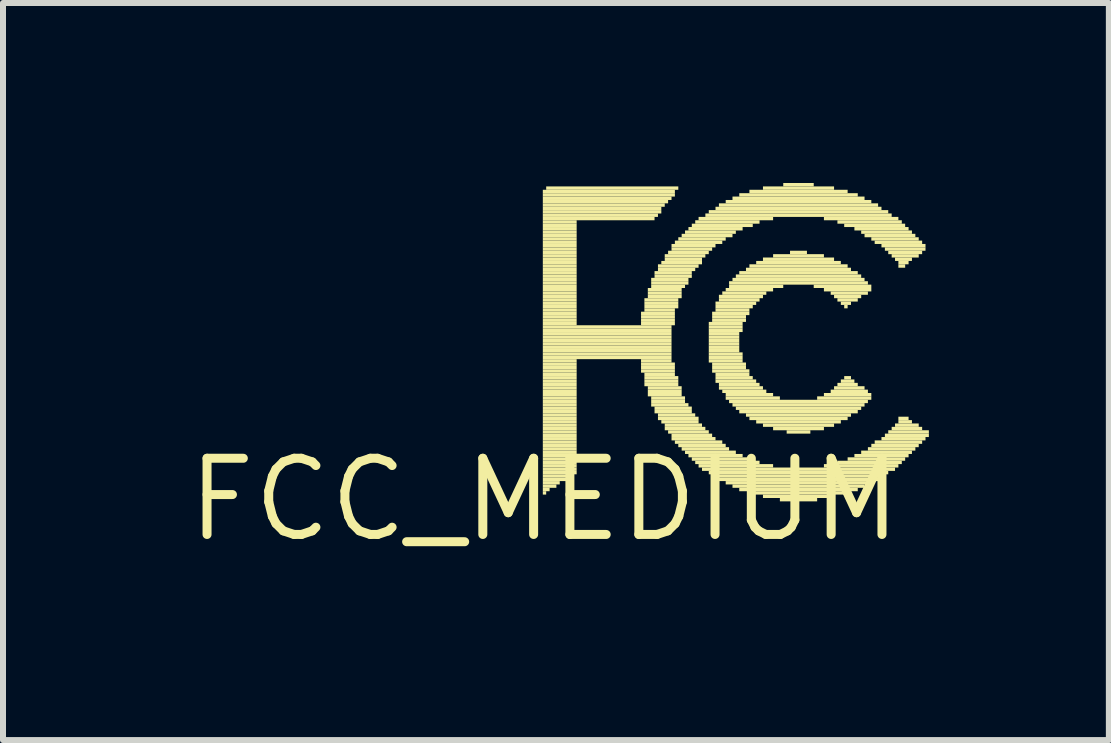
<source format=kicad_pcb>
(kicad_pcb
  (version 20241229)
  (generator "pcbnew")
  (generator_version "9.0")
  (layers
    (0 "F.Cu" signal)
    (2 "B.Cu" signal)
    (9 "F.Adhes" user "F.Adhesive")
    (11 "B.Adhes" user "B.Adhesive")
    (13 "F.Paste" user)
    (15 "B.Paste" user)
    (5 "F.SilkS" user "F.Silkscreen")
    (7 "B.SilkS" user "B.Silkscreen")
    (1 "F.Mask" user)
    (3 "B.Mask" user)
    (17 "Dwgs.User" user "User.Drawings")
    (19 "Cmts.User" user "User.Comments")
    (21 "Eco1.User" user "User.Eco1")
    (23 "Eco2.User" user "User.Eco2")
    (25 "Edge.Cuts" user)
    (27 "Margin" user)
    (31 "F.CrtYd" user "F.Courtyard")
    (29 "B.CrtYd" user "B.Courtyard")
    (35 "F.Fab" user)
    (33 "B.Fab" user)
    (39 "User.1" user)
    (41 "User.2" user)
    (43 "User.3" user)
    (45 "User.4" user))
  (footprint "FCC_MEDIUM"
    (layer "F.Cu")
    (at 6.025 5.278)
    (property "Reference" "FCC_MEDIUM" (at 0 0 0) (layer "F.SilkS") (effects (font (size 1.27 1.27) (thickness 0.15))))
    (fp_poly (pts (xy -0.028 -5.108) (xy 2.173 -5.108) (xy 2.173 -5.165) (xy -0.028 -5.165)) (stroke (width 0) (type default)) (fill yes) (layer "F.SilkS"))
    (fp_poly (pts (xy -0.028 -5.052) (xy 2.173 -5.052) (xy 2.173 -5.108) (xy -0.028 -5.108)) (stroke (width 0) (type default)) (fill yes) (layer "F.SilkS"))
    (fp_poly (pts (xy -0.028 -4.995) (xy 2.117 -4.995) (xy 2.117 -5.052) (xy -0.028 -5.052)) (stroke (width 0) (type default)) (fill yes) (layer "F.SilkS"))
    (fp_poly (pts (xy -0.028 -4.939) (xy 2.06 -4.939) (xy 2.06 -4.995) (xy -0.028 -4.995)) (stroke (width 0) (type default)) (fill yes) (layer "F.SilkS"))
    (fp_poly (pts (xy -0.028 -4.882) (xy 2.004 -4.882) (xy 2.004 -4.939) (xy -0.028 -4.939)) (stroke (width 0) (type default)) (fill yes) (layer "F.SilkS"))
    (fp_poly (pts (xy -0.028 -4.826) (xy 1.947 -4.826) (xy 1.947 -4.882) (xy -0.028 -4.882)) (stroke (width 0) (type default)) (fill yes) (layer "F.SilkS"))
    (fp_poly (pts (xy -0.028 -4.77) (xy 1.947 -4.77) (xy 1.947 -4.826) (xy -0.028 -4.826)) (stroke (width 0) (type default)) (fill yes) (layer "F.SilkS"))
    (fp_poly (pts (xy -0.028 -4.713) (xy 1.891 -4.713) (xy 1.891 -4.77) (xy -0.028 -4.77)) (stroke (width 0) (type default)) (fill yes) (layer "F.SilkS"))
    (fp_poly (pts (xy -0.028 -4.657) (xy 1.834 -4.657) (xy 1.834 -4.713) (xy -0.028 -4.713)) (stroke (width 0) (type default)) (fill yes) (layer "F.SilkS"))
    (fp_poly (pts (xy -0.028 -4.6) (xy 0.536 -4.6) (xy 0.536 -4.657) (xy -0.028 -4.657)) (stroke (width 0) (type default)) (fill yes) (layer "F.SilkS"))
    (fp_poly (pts (xy -0.028 -4.544) (xy 0.536 -4.544) (xy 0.536 -4.6) (xy -0.028 -4.6)) (stroke (width 0) (type default)) (fill yes) (layer "F.SilkS"))
    (fp_poly (pts (xy -0.028 -4.487) (xy 0.536 -4.487) (xy 0.536 -4.544) (xy -0.028 -4.544)) (stroke (width 0) (type default)) (fill yes) (layer "F.SilkS"))
    (fp_poly (pts (xy -0.028 -4.431) (xy 0.536 -4.431) (xy 0.536 -4.487) (xy -0.028 -4.487)) (stroke (width 0) (type default)) (fill yes) (layer "F.SilkS"))
    (fp_poly (pts (xy -0.028 -4.374) (xy 0.536 -4.374) (xy 0.536 -4.431) (xy -0.028 -4.431)) (stroke (width 0) (type default)) (fill yes) (layer "F.SilkS"))
    (fp_poly (pts (xy -0.028 -4.318) (xy 0.536 -4.318) (xy 0.536 -4.374) (xy -0.028 -4.374)) (stroke (width 0) (type default)) (fill yes) (layer "F.SilkS"))
    (fp_poly (pts (xy -0.028 -4.262) (xy 0.536 -4.262) (xy 0.536 -4.318) (xy -0.028 -4.318)) (stroke (width 0) (type default)) (fill yes) (layer "F.SilkS"))
    (fp_poly (pts (xy -0.028 -4.205) (xy 0.536 -4.205) (xy 0.536 -4.262) (xy -0.028 -4.262)) (stroke (width 0) (type default)) (fill yes) (layer "F.SilkS"))
    (fp_poly (pts (xy -0.028 -4.149) (xy 0.536 -4.149) (xy 0.536 -4.205) (xy -0.028 -4.205)) (stroke (width 0) (type default)) (fill yes) (layer "F.SilkS"))
    (fp_poly (pts (xy -0.028 -4.092) (xy 0.536 -4.092) (xy 0.536 -4.149) (xy -0.028 -4.149)) (stroke (width 0) (type default)) (fill yes) (layer "F.SilkS"))
    (fp_poly (pts (xy -0.028 -4.036) (xy 0.536 -4.036) (xy 0.536 -4.092) (xy -0.028 -4.092)) (stroke (width 0) (type default)) (fill yes) (layer "F.SilkS"))
    (fp_poly (pts (xy -0.028 -3.979) (xy 0.536 -3.979) (xy 0.536 -4.036) (xy -0.028 -4.036)) (stroke (width 0) (type default)) (fill yes) (layer "F.SilkS"))
    (fp_poly (pts (xy -0.028 -3.923) (xy 0.536 -3.923) (xy 0.536 -3.979) (xy -0.028 -3.979)) (stroke (width 0) (type default)) (fill yes) (layer "F.SilkS"))
    (fp_poly (pts (xy -0.028 -3.866) (xy 0.536 -3.866) (xy 0.536 -3.923) (xy -0.028 -3.923)) (stroke (width 0) (type default)) (fill yes) (layer "F.SilkS"))
    (fp_poly (pts (xy -0.028 -3.81) (xy 0.536 -3.81) (xy 0.536 -3.866) (xy -0.028 -3.866)) (stroke (width 0) (type default)) (fill yes) (layer "F.SilkS"))
    (fp_poly (pts (xy -0.028 -3.754) (xy 0.536 -3.754) (xy 0.536 -3.81) (xy -0.028 -3.81)) (stroke (width 0) (type default)) (fill yes) (layer "F.SilkS"))
    (fp_poly (pts (xy -0.028 -3.697) (xy 0.536 -3.697) (xy 0.536 -3.754) (xy -0.028 -3.754)) (stroke (width 0) (type default)) (fill yes) (layer "F.SilkS"))
    (fp_poly (pts (xy -0.028 -3.641) (xy 0.536 -3.641) (xy 0.536 -3.697) (xy -0.028 -3.697)) (stroke (width 0) (type default)) (fill yes) (layer "F.SilkS"))
    (fp_poly (pts (xy -0.028 -3.584) (xy 0.536 -3.584) (xy 0.536 -3.641) (xy -0.028 -3.641)) (stroke (width 0) (type default)) (fill yes) (layer "F.SilkS"))
    (fp_poly (pts (xy -0.028 -3.528) (xy 0.536 -3.528) (xy 0.536 -3.584) (xy -0.028 -3.584)) (stroke (width 0) (type default)) (fill yes) (layer "F.SilkS"))
    (fp_poly (pts (xy -0.028 -3.471) (xy 0.536 -3.471) (xy 0.536 -3.528) (xy -0.028 -3.528)) (stroke (width 0) (type default)) (fill yes) (layer "F.SilkS"))
    (fp_poly (pts (xy -0.028 -3.415) (xy 0.536 -3.415) (xy 0.536 -3.471) (xy -0.028 -3.471)) (stroke (width 0) (type default)) (fill yes) (layer "F.SilkS"))
    (fp_poly (pts (xy -0.028 -3.358) (xy 0.536 -3.358) (xy 0.536 -3.415) (xy -0.028 -3.415)) (stroke (width 0) (type default)) (fill yes) (layer "F.SilkS"))
    (fp_poly (pts (xy -0.028 -3.302) (xy 0.536 -3.302) (xy 0.536 -3.358) (xy -0.028 -3.358)) (stroke (width 0) (type default)) (fill yes) (layer "F.SilkS"))
    (fp_poly (pts (xy -0.028 -3.246) (xy 0.536 -3.246) (xy 0.536 -3.302) (xy -0.028 -3.302)) (stroke (width 0) (type default)) (fill yes) (layer "F.SilkS"))
    (fp_poly (pts (xy -0.028 -3.189) (xy 0.536 -3.189) (xy 0.536 -3.246) (xy -0.028 -3.246)) (stroke (width 0) (type default)) (fill yes) (layer "F.SilkS"))
    (fp_poly (pts (xy -0.028 -3.133) (xy 0.536 -3.133) (xy 0.536 -3.189) (xy -0.028 -3.189)) (stroke (width 0) (type default)) (fill yes) (layer "F.SilkS"))
    (fp_poly (pts (xy -0.028 -3.076) (xy 0.536 -3.076) (xy 0.536 -3.133) (xy -0.028 -3.133)) (stroke (width 0) (type default)) (fill yes) (layer "F.SilkS"))
    (fp_poly (pts (xy -0.028 -3.02) (xy 0.536 -3.02) (xy 0.536 -3.076) (xy -0.028 -3.076)) (stroke (width 0) (type default)) (fill yes) (layer "F.SilkS"))
    (fp_poly (pts (xy -0.028 -2.963) (xy 0.536 -2.963) (xy 0.536 -3.02) (xy -0.028 -3.02)) (stroke (width 0) (type default)) (fill yes) (layer "F.SilkS"))
    (fp_poly (pts (xy -0.028 -2.907) (xy 0.536 -2.907) (xy 0.536 -2.963) (xy -0.028 -2.963)) (stroke (width 0) (type default)) (fill yes) (layer "F.SilkS"))
    (fp_poly (pts (xy -0.028 -2.85) (xy 2.117 -2.85) (xy 2.117 -2.907) (xy -0.028 -2.907)) (stroke (width 0) (type default)) (fill yes) (layer "F.SilkS"))
    (fp_poly (pts (xy -0.028 -2.794) (xy 2.117 -2.794) (xy 2.117 -2.85) (xy -0.028 -2.85)) (stroke (width 0) (type default)) (fill yes) (layer "F.SilkS"))
    (fp_poly (pts (xy -0.028 -2.738) (xy 2.117 -2.738) (xy 2.117 -2.794) (xy -0.028 -2.794)) (stroke (width 0) (type default)) (fill yes) (layer "F.SilkS"))
    (fp_poly (pts (xy -0.028 -2.681) (xy 2.117 -2.681) (xy 2.117 -2.738) (xy -0.028 -2.738)) (stroke (width 0) (type default)) (fill yes) (layer "F.SilkS"))
    (fp_poly (pts (xy -0.028 -2.625) (xy 2.117 -2.625) (xy 2.117 -2.681) (xy -0.028 -2.681)) (stroke (width 0) (type default)) (fill yes) (layer "F.SilkS"))
    (fp_poly (pts (xy -0.028 -2.568) (xy 2.117 -2.568) (xy 2.117 -2.625) (xy -0.028 -2.625)) (stroke (width 0) (type default)) (fill yes) (layer "F.SilkS"))
    (fp_poly (pts (xy -0.028 -2.512) (xy 2.117 -2.512) (xy 2.117 -2.568) (xy -0.028 -2.568)) (stroke (width 0) (type default)) (fill yes) (layer "F.SilkS"))
    (fp_poly (pts (xy -0.028 -2.455) (xy 2.117 -2.455) (xy 2.117 -2.512) (xy -0.028 -2.512)) (stroke (width 0) (type default)) (fill yes) (layer "F.SilkS"))
    (fp_poly (pts (xy -0.028 -2.399) (xy 2.117 -2.399) (xy 2.117 -2.455) (xy -0.028 -2.455)) (stroke (width 0) (type default)) (fill yes) (layer "F.SilkS"))
    (fp_poly (pts (xy -0.028 -2.342) (xy 2.117 -2.342) (xy 2.117 -2.399) (xy -0.028 -2.399)) (stroke (width 0) (type default)) (fill yes) (layer "F.SilkS"))
    (fp_poly (pts (xy -0.028 -2.286) (xy 0.536 -2.286) (xy 0.536 -2.342) (xy -0.028 -2.342)) (stroke (width 0) (type default)) (fill yes) (layer "F.SilkS"))
    (fp_poly (pts (xy -0.028 -2.23) (xy 0.536 -2.23) (xy 0.536 -2.286) (xy -0.028 -2.286)) (stroke (width 0) (type default)) (fill yes) (layer "F.SilkS"))
    (fp_poly (pts (xy -0.028 -2.173) (xy 0.536 -2.173) (xy 0.536 -2.23) (xy -0.028 -2.23)) (stroke (width 0) (type default)) (fill yes) (layer "F.SilkS"))
    (fp_poly (pts (xy -0.028 -2.117) (xy 0.536 -2.117) (xy 0.536 -2.173) (xy -0.028 -2.173)) (stroke (width 0) (type default)) (fill yes) (layer "F.SilkS"))
    (fp_poly (pts (xy -0.028 -2.06) (xy 0.536 -2.06) (xy 0.536 -2.117) (xy -0.028 -2.117)) (stroke (width 0) (type default)) (fill yes) (layer "F.SilkS"))
    (fp_poly (pts (xy -0.028 -2.004) (xy 0.536 -2.004) (xy 0.536 -2.06) (xy -0.028 -2.06)) (stroke (width 0) (type default)) (fill yes) (layer "F.SilkS"))
    (fp_poly (pts (xy -0.028 -1.947) (xy 0.536 -1.947) (xy 0.536 -2.004) (xy -0.028 -2.004)) (stroke (width 0) (type default)) (fill yes) (layer "F.SilkS"))
    (fp_poly (pts (xy -0.028 -1.891) (xy 0.536 -1.891) (xy 0.536 -1.947) (xy -0.028 -1.947)) (stroke (width 0) (type default)) (fill yes) (layer "F.SilkS"))
    (fp_poly (pts (xy -0.028 -1.834) (xy 0.536 -1.834) (xy 0.536 -1.891) (xy -0.028 -1.891)) (stroke (width 0) (type default)) (fill yes) (layer "F.SilkS"))
    (fp_poly (pts (xy -0.028 -1.778) (xy 0.536 -1.778) (xy 0.536 -1.834) (xy -0.028 -1.834)) (stroke (width 0) (type default)) (fill yes) (layer "F.SilkS"))
    (fp_poly (pts (xy -0.028 -1.722) (xy 0.536 -1.722) (xy 0.536 -1.778) (xy -0.028 -1.778)) (stroke (width 0) (type default)) (fill yes) (layer "F.SilkS"))
    (fp_poly (pts (xy -0.028 -1.665) (xy 0.536 -1.665) (xy 0.536 -1.722) (xy -0.028 -1.722)) (stroke (width 0) (type default)) (fill yes) (layer "F.SilkS"))
    (fp_poly (pts (xy -0.028 -1.609) (xy 0.536 -1.609) (xy 0.536 -1.665) (xy -0.028 -1.665)) (stroke (width 0) (type default)) (fill yes) (layer "F.SilkS"))
    (fp_poly (pts (xy -0.028 -1.552) (xy 0.536 -1.552) (xy 0.536 -1.609) (xy -0.028 -1.609)) (stroke (width 0) (type default)) (fill yes) (layer "F.SilkS"))
    (fp_poly (pts (xy -0.028 -1.496) (xy 0.536 -1.496) (xy 0.536 -1.552) (xy -0.028 -1.552)) (stroke (width 0) (type default)) (fill yes) (layer "F.SilkS"))
    (fp_poly (pts (xy -0.028 -1.439) (xy 0.536 -1.439) (xy 0.536 -1.496) (xy -0.028 -1.496)) (stroke (width 0) (type default)) (fill yes) (layer "F.SilkS"))
    (fp_poly (pts (xy -0.028 -1.383) (xy 0.536 -1.383) (xy 0.536 -1.439) (xy -0.028 -1.439)) (stroke (width 0) (type default)) (fill yes) (layer "F.SilkS"))
    (fp_poly (pts (xy -0.028 -1.326) (xy 0.536 -1.326) (xy 0.536 -1.383) (xy -0.028 -1.383)) (stroke (width 0) (type default)) (fill yes) (layer "F.SilkS"))
    (fp_poly (pts (xy -0.028 -1.27) (xy 0.536 -1.27) (xy 0.536 -1.326) (xy -0.028 -1.326)) (stroke (width 0) (type default)) (fill yes) (layer "F.SilkS"))
    (fp_poly (pts (xy -0.028 -1.214) (xy 0.536 -1.214) (xy 0.536 -1.27) (xy -0.028 -1.27)) (stroke (width 0) (type default)) (fill yes) (layer "F.SilkS"))
    (fp_poly (pts (xy -0.028 -1.157) (xy 0.536 -1.157) (xy 0.536 -1.214) (xy -0.028 -1.214)) (stroke (width 0) (type default)) (fill yes) (layer "F.SilkS"))
    (fp_poly (pts (xy -0.028 -1.101) (xy 0.536 -1.101) (xy 0.536 -1.157) (xy -0.028 -1.157)) (stroke (width 0) (type default)) (fill yes) (layer "F.SilkS"))
    (fp_poly (pts (xy -0.028 -1.044) (xy 0.536 -1.044) (xy 0.536 -1.101) (xy -0.028 -1.101)) (stroke (width 0) (type default)) (fill yes) (layer "F.SilkS"))
    (fp_poly (pts (xy -0.028 -0.988) (xy 0.536 -0.988) (xy 0.536 -1.044) (xy -0.028 -1.044)) (stroke (width 0) (type default)) (fill yes) (layer "F.SilkS"))
    (fp_poly (pts (xy -0.028 -0.931) (xy 0.536 -0.931) (xy 0.536 -0.988) (xy -0.028 -0.988)) (stroke (width 0) (type default)) (fill yes) (layer "F.SilkS"))
    (fp_poly (pts (xy -0.028 -0.875) (xy 0.536 -0.875) (xy 0.536 -0.931) (xy -0.028 -0.931)) (stroke (width 0) (type default)) (fill yes) (layer "F.SilkS"))
    (fp_poly (pts (xy -0.028 -0.818) (xy 0.536 -0.818) (xy 0.536 -0.875) (xy -0.028 -0.875)) (stroke (width 0) (type default)) (fill yes) (layer "F.SilkS"))
    (fp_poly (pts (xy -0.028 -0.762) (xy 0.536 -0.762) (xy 0.536 -0.818) (xy -0.028 -0.818)) (stroke (width 0) (type default)) (fill yes) (layer "F.SilkS"))
    (fp_poly (pts (xy -0.028 -0.706) (xy 0.536 -0.706) (xy 0.536 -0.762) (xy -0.028 -0.762)) (stroke (width 0) (type default)) (fill yes) (layer "F.SilkS"))
    (fp_poly (pts (xy -0.028 -0.649) (xy 0.536 -0.649) (xy 0.536 -0.706) (xy -0.028 -0.706)) (stroke (width 0) (type default)) (fill yes) (layer "F.SilkS"))
    (fp_poly (pts (xy -0.028 -0.593) (xy 0.536 -0.593) (xy 0.536 -0.649) (xy -0.028 -0.649)) (stroke (width 0) (type default)) (fill yes) (layer "F.SilkS"))
    (fp_poly (pts (xy -0.028 -0.536) (xy 0.536 -0.536) (xy 0.536 -0.593) (xy -0.028 -0.593)) (stroke (width 0) (type default)) (fill yes) (layer "F.SilkS"))
    (fp_poly (pts (xy -0.028 -0.48) (xy 0.536 -0.48) (xy 0.536 -0.536) (xy -0.028 -0.536)) (stroke (width 0) (type default)) (fill yes) (layer "F.SilkS"))
    (fp_poly (pts (xy -0.028 -0.423) (xy 0.536 -0.423) (xy 0.536 -0.48) (xy -0.028 -0.48)) (stroke (width 0) (type default)) (fill yes) (layer "F.SilkS"))
    (fp_poly (pts (xy -0.028 -0.367) (xy 0.423 -0.367) (xy 0.423 -0.423) (xy -0.028 -0.423)) (stroke (width 0) (type default)) (fill yes) (layer "F.SilkS"))
    (fp_poly (pts (xy -0.028 -0.31) (xy 0.367 -0.31) (xy 0.367 -0.367) (xy -0.028 -0.367)) (stroke (width 0) (type default)) (fill yes) (layer "F.SilkS"))
    (fp_poly (pts (xy -0.028 -0.254) (xy 0.254 -0.254) (xy 0.254 -0.31) (xy -0.028 -0.31)) (stroke (width 0) (type default)) (fill yes) (layer "F.SilkS"))
    (fp_poly (pts (xy -0.028 -0.198) (xy 0.198 -0.198) (xy 0.198 -0.254) (xy -0.028 -0.254)) (stroke (width 0) (type default)) (fill yes) (layer "F.SilkS"))
    (fp_poly (pts (xy -0.028 -0.141) (xy 0.085 -0.141) (xy 0.085 -0.198) (xy -0.028 -0.198)) (stroke (width 0) (type default)) (fill yes) (layer "F.SilkS"))
    (fp_poly (pts (xy -0.028 -0.085) (xy 0.028 -0.085) (xy 0.028 -0.141) (xy -0.028 -0.141)) (stroke (width 0) (type default)) (fill yes) (layer "F.SilkS"))
    (fp_poly (pts (xy 0.028 -5.165) (xy 2.23 -5.165) (xy 2.23 -5.221) (xy 0.028 -5.221)) (stroke (width 0) (type default)) (fill yes) (layer "F.SilkS"))
    (fp_poly (pts (xy 1.609 -3.076) (xy 2.173 -3.076) (xy 2.173 -3.133) (xy 1.609 -3.133)) (stroke (width 0) (type default)) (fill yes) (layer "F.SilkS"))
    (fp_poly (pts (xy 1.609 -3.02) (xy 2.173 -3.02) (xy 2.173 -3.076) (xy 1.609 -3.076)) (stroke (width 0) (type default)) (fill yes) (layer "F.SilkS"))
    (fp_poly (pts (xy 1.609 -2.963) (xy 2.173 -2.963) (xy 2.173 -3.02) (xy 1.609 -3.02)) (stroke (width 0) (type default)) (fill yes) (layer "F.SilkS"))
    (fp_poly (pts (xy 1.609 -2.907) (xy 2.173 -2.907) (xy 2.173 -2.963) (xy 1.609 -2.963)) (stroke (width 0) (type default)) (fill yes) (layer "F.SilkS"))
    (fp_poly (pts (xy 1.609 -2.286) (xy 2.117 -2.286) (xy 2.117 -2.342) (xy 1.609 -2.342)) (stroke (width 0) (type default)) (fill yes) (layer "F.SilkS"))
    (fp_poly (pts (xy 1.609 -2.23) (xy 2.173 -2.23) (xy 2.173 -2.286) (xy 1.609 -2.286)) (stroke (width 0) (type default)) (fill yes) (layer "F.SilkS"))
    (fp_poly (pts (xy 1.609 -2.173) (xy 2.173 -2.173) (xy 2.173 -2.23) (xy 1.609 -2.23)) (stroke (width 0) (type default)) (fill yes) (layer "F.SilkS"))
    (fp_poly (pts (xy 1.609 -2.117) (xy 2.173 -2.117) (xy 2.173 -2.173) (xy 1.609 -2.173)) (stroke (width 0) (type default)) (fill yes) (layer "F.SilkS"))
    (fp_poly (pts (xy 1.665 -3.302) (xy 2.23 -3.302) (xy 2.23 -3.358) (xy 1.665 -3.358)) (stroke (width 0) (type default)) (fill yes) (layer "F.SilkS"))
    (fp_poly (pts (xy 1.665 -3.246) (xy 2.23 -3.246) (xy 2.23 -3.302) (xy 1.665 -3.302)) (stroke (width 0) (type default)) (fill yes) (layer "F.SilkS"))
    (fp_poly (pts (xy 1.665 -3.189) (xy 2.23 -3.189) (xy 2.23 -3.246) (xy 1.665 -3.246)) (stroke (width 0) (type default)) (fill yes) (layer "F.SilkS"))
    (fp_poly (pts (xy 1.665 -3.133) (xy 2.173 -3.133) (xy 2.173 -3.189) (xy 1.665 -3.189)) (stroke (width 0) (type default)) (fill yes) (layer "F.SilkS"))
    (fp_poly (pts (xy 1.665 -2.06) (xy 2.173 -2.06) (xy 2.173 -2.117) (xy 1.665 -2.117)) (stroke (width 0) (type default)) (fill yes) (layer "F.SilkS"))
    (fp_poly (pts (xy 1.665 -2.004) (xy 2.23 -2.004) (xy 2.23 -2.06) (xy 1.665 -2.06)) (stroke (width 0) (type default)) (fill yes) (layer "F.SilkS"))
    (fp_poly (pts (xy 1.665 -1.947) (xy 2.23 -1.947) (xy 2.23 -2.004) (xy 1.665 -2.004)) (stroke (width 0) (type default)) (fill yes) (layer "F.SilkS"))
    (fp_poly (pts (xy 1.665 -1.891) (xy 2.23 -1.891) (xy 2.23 -1.947) (xy 1.665 -1.947)) (stroke (width 0) (type default)) (fill yes) (layer "F.SilkS"))
    (fp_poly (pts (xy 1.722 -3.471) (xy 2.286 -3.471) (xy 2.286 -3.528) (xy 1.722 -3.528)) (stroke (width 0) (type default)) (fill yes) (layer "F.SilkS"))
    (fp_poly (pts (xy 1.722 -3.415) (xy 2.286 -3.415) (xy 2.286 -3.471) (xy 1.722 -3.471)) (stroke (width 0) (type default)) (fill yes) (layer "F.SilkS"))
    (fp_poly (pts (xy 1.722 -3.358) (xy 2.286 -3.358) (xy 2.286 -3.415) (xy 1.722 -3.415)) (stroke (width 0) (type default)) (fill yes) (layer "F.SilkS"))
    (fp_poly (pts (xy 1.722 -1.834) (xy 2.286 -1.834) (xy 2.286 -1.891) (xy 1.722 -1.891)) (stroke (width 0) (type default)) (fill yes) (layer "F.SilkS"))
    (fp_poly (pts (xy 1.722 -1.778) (xy 2.286 -1.778) (xy 2.286 -1.834) (xy 1.722 -1.834)) (stroke (width 0) (type default)) (fill yes) (layer "F.SilkS"))
    (fp_poly (pts (xy 1.722 -1.722) (xy 2.286 -1.722) (xy 2.286 -1.778) (xy 1.722 -1.778)) (stroke (width 0) (type default)) (fill yes) (layer "F.SilkS"))
    (fp_poly (pts (xy 1.778 -3.641) (xy 2.399 -3.641) (xy 2.399 -3.697) (xy 1.778 -3.697)) (stroke (width 0) (type default)) (fill yes) (layer "F.SilkS"))
    (fp_poly (pts (xy 1.778 -3.584) (xy 2.399 -3.584) (xy 2.399 -3.641) (xy 1.778 -3.641)) (stroke (width 0) (type default)) (fill yes) (layer "F.SilkS"))
    (fp_poly (pts (xy 1.778 -3.528) (xy 2.342 -3.528) (xy 2.342 -3.584) (xy 1.778 -3.584)) (stroke (width 0) (type default)) (fill yes) (layer "F.SilkS"))
    (fp_poly (pts (xy 1.778 -1.665) (xy 2.342 -1.665) (xy 2.342 -1.722) (xy 1.778 -1.722)) (stroke (width 0) (type default)) (fill yes) (layer "F.SilkS"))
    (fp_poly (pts (xy 1.778 -1.609) (xy 2.342 -1.609) (xy 2.342 -1.665) (xy 1.778 -1.665)) (stroke (width 0) (type default)) (fill yes) (layer "F.SilkS"))
    (fp_poly (pts (xy 1.778 -1.552) (xy 2.399 -1.552) (xy 2.399 -1.609) (xy 1.778 -1.609)) (stroke (width 0) (type default)) (fill yes) (layer "F.SilkS"))
    (fp_poly (pts (xy 1.834 -3.754) (xy 2.455 -3.754) (xy 2.455 -3.81) (xy 1.834 -3.81)) (stroke (width 0) (type default)) (fill yes) (layer "F.SilkS"))
    (fp_poly (pts (xy 1.834 -3.697) (xy 2.455 -3.697) (xy 2.455 -3.754) (xy 1.834 -3.754)) (stroke (width 0) (type default)) (fill yes) (layer "F.SilkS"))
    (fp_poly (pts (xy 1.834 -1.496) (xy 2.455 -1.496) (xy 2.455 -1.552) (xy 1.834 -1.552)) (stroke (width 0) (type default)) (fill yes) (layer "F.SilkS"))
    (fp_poly (pts (xy 1.834 -1.439) (xy 2.455 -1.439) (xy 2.455 -1.496) (xy 1.834 -1.496)) (stroke (width 0) (type default)) (fill yes) (layer "F.SilkS"))
    (fp_poly (pts (xy 1.891 -3.866) (xy 2.568 -3.866) (xy 2.568 -3.923) (xy 1.891 -3.923)) (stroke (width 0) (type default)) (fill yes) (layer "F.SilkS"))
    (fp_poly (pts (xy 1.891 -3.81) (xy 2.512 -3.81) (xy 2.512 -3.866) (xy 1.891 -3.866)) (stroke (width 0) (type default)) (fill yes) (layer "F.SilkS"))
    (fp_poly (pts (xy 1.891 -1.383) (xy 2.512 -1.383) (xy 2.512 -1.439) (xy 1.891 -1.439)) (stroke (width 0) (type default)) (fill yes) (layer "F.SilkS"))
    (fp_poly (pts (xy 1.891 -1.326) (xy 2.568 -1.326) (xy 2.568 -1.383) (xy 1.891 -1.383)) (stroke (width 0) (type default)) (fill yes) (layer "F.SilkS"))
    (fp_poly (pts (xy 1.947 -3.923) (xy 2.625 -3.923) (xy 2.625 -3.979) (xy 1.947 -3.979)) (stroke (width 0) (type default)) (fill yes) (layer "F.SilkS"))
    (fp_poly (pts (xy 1.947 -1.27) (xy 2.568 -1.27) (xy 2.568 -1.326) (xy 1.947 -1.326)) (stroke (width 0) (type default)) (fill yes) (layer "F.SilkS"))
    (fp_poly (pts (xy 2.004 -4.036) (xy 2.681 -4.036) (xy 2.681 -4.092) (xy 2.004 -4.092)) (stroke (width 0) (type default)) (fill yes) (layer "F.SilkS"))
    (fp_poly (pts (xy 2.004 -3.979) (xy 2.625 -3.979) (xy 2.625 -4.036) (xy 2.004 -4.036)) (stroke (width 0) (type default)) (fill yes) (layer "F.SilkS"))
    (fp_poly (pts (xy 2.004 -1.214) (xy 2.625 -1.214) (xy 2.625 -1.27) (xy 2.004 -1.27)) (stroke (width 0) (type default)) (fill yes) (layer "F.SilkS"))
    (fp_poly (pts (xy 2.004 -1.157) (xy 2.681 -1.157) (xy 2.681 -1.214) (xy 2.004 -1.214)) (stroke (width 0) (type default)) (fill yes) (layer "F.SilkS"))
    (fp_poly (pts (xy 2.06 -4.092) (xy 2.738 -4.092) (xy 2.738 -4.149) (xy 2.06 -4.149)) (stroke (width 0) (type default)) (fill yes) (layer "F.SilkS"))
    (fp_poly (pts (xy 2.06 -1.101) (xy 2.738 -1.101) (xy 2.738 -1.157) (xy 2.06 -1.157)) (stroke (width 0) (type default)) (fill yes) (layer "F.SilkS"))
    (fp_poly (pts (xy 2.117 -4.205) (xy 2.85 -4.205) (xy 2.85 -4.262) (xy 2.117 -4.262)) (stroke (width 0) (type default)) (fill yes) (layer "F.SilkS"))
    (fp_poly (pts (xy 2.117 -4.149) (xy 2.794 -4.149) (xy 2.794 -4.205) (xy 2.117 -4.205)) (stroke (width 0) (type default)) (fill yes) (layer "F.SilkS"))
    (fp_poly (pts (xy 2.117 -1.044) (xy 2.794 -1.044) (xy 2.794 -1.101) (xy 2.117 -1.101)) (stroke (width 0) (type default)) (fill yes) (layer "F.SilkS"))
    (fp_poly (pts (xy 2.117 -0.988) (xy 2.85 -0.988) (xy 2.85 -1.044) (xy 2.117 -1.044)) (stroke (width 0) (type default)) (fill yes) (layer "F.SilkS"))
    (fp_poly (pts (xy 2.173 -4.262) (xy 2.963 -4.262) (xy 2.963 -4.318) (xy 2.173 -4.318)) (stroke (width 0) (type default)) (fill yes) (layer "F.SilkS"))
    (fp_poly (pts (xy 2.173 -0.931) (xy 2.963 -0.931) (xy 2.963 -0.988) (xy 2.173 -0.988)) (stroke (width 0) (type default)) (fill yes) (layer "F.SilkS"))
    (fp_poly (pts (xy 2.23 -4.318) (xy 3.02 -4.318) (xy 3.02 -4.374) (xy 2.23 -4.374)) (stroke (width 0) (type default)) (fill yes) (layer "F.SilkS"))
    (fp_poly (pts (xy 2.23 -0.875) (xy 3.02 -0.875) (xy 3.02 -0.931) (xy 2.23 -0.931)) (stroke (width 0) (type default)) (fill yes) (layer "F.SilkS"))
    (fp_poly (pts (xy 2.286 -4.374) (xy 3.133 -4.374) (xy 3.133 -4.431) (xy 2.286 -4.431)) (stroke (width 0) (type default)) (fill yes) (layer "F.SilkS"))
    (fp_poly (pts (xy 2.286 -0.818) (xy 3.076 -0.818) (xy 3.076 -0.875) (xy 2.286 -0.875)) (stroke (width 0) (type default)) (fill yes) (layer "F.SilkS"))
    (fp_poly (pts (xy 2.342 -4.431) (xy 3.189 -4.431) (xy 3.189 -4.487) (xy 2.342 -4.487)) (stroke (width 0) (type default)) (fill yes) (layer "F.SilkS"))
    (fp_poly (pts (xy 2.342 -0.762) (xy 3.189 -0.762) (xy 3.189 -0.818) (xy 2.342 -0.818)) (stroke (width 0) (type default)) (fill yes) (layer "F.SilkS"))
    (fp_poly (pts (xy 2.399 -4.487) (xy 3.302 -4.487) (xy 3.302 -4.544) (xy 2.399 -4.544)) (stroke (width 0) (type default)) (fill yes) (layer "F.SilkS"))
    (fp_poly (pts (xy 2.399 -0.706) (xy 3.302 -0.706) (xy 3.302 -0.762) (xy 2.399 -0.762)) (stroke (width 0) (type default)) (fill yes) (layer "F.SilkS"))
    (fp_poly (pts (xy 2.455 -4.544) (xy 3.471 -4.544) (xy 3.471 -4.6) (xy 2.455 -4.6)) (stroke (width 0) (type default)) (fill yes) (layer "F.SilkS"))
    (fp_poly (pts (xy 2.455 -0.649) (xy 3.415 -0.649) (xy 3.415 -0.706) (xy 2.455 -0.706)) (stroke (width 0) (type default)) (fill yes) (layer "F.SilkS"))
    (fp_poly (pts (xy 2.512 -4.6) (xy 3.584 -4.6) (xy 3.584 -4.657) (xy 2.512 -4.657)) (stroke (width 0) (type default)) (fill yes) (layer "F.SilkS"))
    (fp_poly (pts (xy 2.512 -0.593) (xy 3.584 -0.593) (xy 3.584 -0.649) (xy 2.512 -0.649)) (stroke (width 0) (type default)) (fill yes) (layer "F.SilkS"))
    (fp_poly (pts (xy 2.568 -4.657) (xy 3.81 -4.657) (xy 3.81 -4.713) (xy 2.568 -4.713)) (stroke (width 0) (type default)) (fill yes) (layer "F.SilkS"))
    (fp_poly (pts (xy 2.568 -0.536) (xy 3.81 -0.536) (xy 3.81 -0.593) (xy 2.568 -0.593)) (stroke (width 0) (type default)) (fill yes) (layer "F.SilkS"))
    (fp_poly (pts (xy 2.625 -0.48) (xy 5.842 -0.48) (xy 5.842 -0.536) (xy 2.625 -0.536)) (stroke (width 0) (type default)) (fill yes) (layer "F.SilkS"))
    (fp_poly (pts (xy 2.681 -4.713) (xy 5.786 -4.713) (xy 5.786 -4.77) (xy 2.681 -4.77)) (stroke (width 0) (type default)) (fill yes) (layer "F.SilkS"))
    (fp_poly (pts (xy 2.738 -4.77) (xy 5.729 -4.77) (xy 5.729 -4.826) (xy 2.738 -4.826)) (stroke (width 0) (type default)) (fill yes) (layer "F.SilkS"))
    (fp_poly (pts (xy 2.738 -2.907) (xy 3.302 -2.907) (xy 3.302 -2.963) (xy 2.738 -2.963)) (stroke (width 0) (type default)) (fill yes) (layer "F.SilkS"))
    (fp_poly (pts (xy 2.738 -2.85) (xy 3.302 -2.85) (xy 3.302 -2.907) (xy 2.738 -2.907)) (stroke (width 0) (type default)) (fill yes) (layer "F.SilkS"))
    (fp_poly (pts (xy 2.738 -2.794) (xy 3.302 -2.794) (xy 3.302 -2.85) (xy 2.738 -2.85)) (stroke (width 0) (type default)) (fill yes) (layer "F.SilkS"))
    (fp_poly (pts (xy 2.738 -2.738) (xy 3.246 -2.738) (xy 3.246 -2.794) (xy 2.738 -2.794)) (stroke (width 0) (type default)) (fill yes) (layer "F.SilkS"))
    (fp_poly (pts (xy 2.738 -2.681) (xy 3.246 -2.681) (xy 3.246 -2.738) (xy 2.738 -2.738)) (stroke (width 0) (type default)) (fill yes) (layer "F.SilkS"))
    (fp_poly (pts (xy 2.738 -2.625) (xy 3.246 -2.625) (xy 3.246 -2.681) (xy 2.738 -2.681)) (stroke (width 0) (type default)) (fill yes) (layer "F.SilkS"))
    (fp_poly (pts (xy 2.738 -2.568) (xy 3.246 -2.568) (xy 3.246 -2.625) (xy 2.738 -2.625)) (stroke (width 0) (type default)) (fill yes) (layer "F.SilkS"))
    (fp_poly (pts (xy 2.738 -2.512) (xy 3.246 -2.512) (xy 3.246 -2.568) (xy 2.738 -2.568)) (stroke (width 0) (type default)) (fill yes) (layer "F.SilkS"))
    (fp_poly (pts (xy 2.738 -2.455) (xy 3.246 -2.455) (xy 3.246 -2.512) (xy 2.738 -2.512)) (stroke (width 0) (type default)) (fill yes) (layer "F.SilkS"))
    (fp_poly (pts (xy 2.738 -2.399) (xy 3.302 -2.399) (xy 3.302 -2.455) (xy 2.738 -2.455)) (stroke (width 0) (type default)) (fill yes) (layer "F.SilkS"))
    (fp_poly (pts (xy 2.738 -2.342) (xy 3.302 -2.342) (xy 3.302 -2.399) (xy 2.738 -2.399)) (stroke (width 0) (type default)) (fill yes) (layer "F.SilkS"))
    (fp_poly (pts (xy 2.738 -2.286) (xy 3.302 -2.286) (xy 3.302 -2.342) (xy 2.738 -2.342)) (stroke (width 0) (type default)) (fill yes) (layer "F.SilkS"))
    (fp_poly (pts (xy 2.738 -0.423) (xy 5.729 -0.423) (xy 5.729 -0.48) (xy 2.738 -0.48)) (stroke (width 0) (type default)) (fill yes) (layer "F.SilkS"))
    (fp_poly (pts (xy 2.794 -3.076) (xy 3.415 -3.076) (xy 3.415 -3.133) (xy 2.794 -3.133)) (stroke (width 0) (type default)) (fill yes) (layer "F.SilkS"))
    (fp_poly (pts (xy 2.794 -3.02) (xy 3.358 -3.02) (xy 3.358 -3.076) (xy 2.794 -3.076)) (stroke (width 0) (type default)) (fill yes) (layer "F.SilkS"))
    (fp_poly (pts (xy 2.794 -2.963) (xy 3.358 -2.963) (xy 3.358 -3.02) (xy 2.794 -3.02)) (stroke (width 0) (type default)) (fill yes) (layer "F.SilkS"))
    (fp_poly (pts (xy 2.794 -2.23) (xy 3.358 -2.23) (xy 3.358 -2.286) (xy 2.794 -2.286)) (stroke (width 0) (type default)) (fill yes) (layer "F.SilkS"))
    (fp_poly (pts (xy 2.794 -2.173) (xy 3.358 -2.173) (xy 3.358 -2.23) (xy 2.794 -2.23)) (stroke (width 0) (type default)) (fill yes) (layer "F.SilkS"))
    (fp_poly (pts (xy 2.794 -2.117) (xy 3.415 -2.117) (xy 3.415 -2.173) (xy 2.794 -2.173)) (stroke (width 0) (type default)) (fill yes) (layer "F.SilkS"))
    (fp_poly (pts (xy 2.794 -0.367) (xy 5.673 -0.367) (xy 5.673 -0.423) (xy 2.794 -0.423)) (stroke (width 0) (type default)) (fill yes) (layer "F.SilkS"))
    (fp_poly (pts (xy 2.85 -4.826) (xy 5.616 -4.826) (xy 5.616 -4.882) (xy 2.85 -4.882)) (stroke (width 0) (type default)) (fill yes) (layer "F.SilkS"))
    (fp_poly (pts (xy 2.85 -3.246) (xy 3.528 -3.246) (xy 3.528 -3.302) (xy 2.85 -3.302)) (stroke (width 0) (type default)) (fill yes) (layer "F.SilkS"))
    (fp_poly (pts (xy 2.85 -3.189) (xy 3.471 -3.189) (xy 3.471 -3.246) (xy 2.85 -3.246)) (stroke (width 0) (type default)) (fill yes) (layer "F.SilkS"))
    (fp_poly (pts (xy 2.85 -3.133) (xy 3.415 -3.133) (xy 3.415 -3.189) (xy 2.85 -3.189)) (stroke (width 0) (type default)) (fill yes) (layer "F.SilkS"))
    (fp_poly (pts (xy 2.85 -2.06) (xy 3.415 -2.06) (xy 3.415 -2.117) (xy 2.85 -2.117)) (stroke (width 0) (type default)) (fill yes) (layer "F.SilkS"))
    (fp_poly (pts (xy 2.85 -2.004) (xy 3.471 -2.004) (xy 3.471 -2.06) (xy 2.85 -2.06)) (stroke (width 0) (type default)) (fill yes) (layer "F.SilkS"))
    (fp_poly (pts (xy 2.85 -1.947) (xy 3.528 -1.947) (xy 3.528 -2.004) (xy 2.85 -2.004)) (stroke (width 0) (type default)) (fill yes) (layer "F.SilkS"))
    (fp_poly (pts (xy 2.907 -4.882) (xy 5.56 -4.882) (xy 5.56 -4.939) (xy 2.907 -4.939)) (stroke (width 0) (type default)) (fill yes) (layer "F.SilkS"))
    (fp_poly (pts (xy 2.907 -3.358) (xy 3.641 -3.358) (xy 3.641 -3.415) (xy 2.907 -3.415)) (stroke (width 0) (type default)) (fill yes) (layer "F.SilkS"))
    (fp_poly (pts (xy 2.907 -3.302) (xy 3.584 -3.302) (xy 3.584 -3.358) (xy 2.907 -3.358)) (stroke (width 0) (type default)) (fill yes) (layer "F.SilkS"))
    (fp_poly (pts (xy 2.907 -1.891) (xy 3.584 -1.891) (xy 3.584 -1.947) (xy 2.907 -1.947)) (stroke (width 0) (type default)) (fill yes) (layer "F.SilkS"))
    (fp_poly (pts (xy 2.907 -1.834) (xy 3.641 -1.834) (xy 3.641 -1.891) (xy 2.907 -1.891)) (stroke (width 0) (type default)) (fill yes) (layer "F.SilkS"))
    (fp_poly (pts (xy 2.907 -0.31) (xy 5.56 -0.31) (xy 5.56 -0.367) (xy 2.907 -0.367)) (stroke (width 0) (type default)) (fill yes) (layer "F.SilkS"))
    (fp_poly (pts (xy 2.963 -3.415) (xy 3.697 -3.415) (xy 3.697 -3.471) (xy 2.963 -3.471)) (stroke (width 0) (type default)) (fill yes) (layer "F.SilkS"))
    (fp_poly (pts (xy 2.963 -1.778) (xy 3.697 -1.778) (xy 3.697 -1.834) (xy 2.963 -1.834)) (stroke (width 0) (type default)) (fill yes) (layer "F.SilkS"))
    (fp_poly (pts (xy 3.02 -4.939) (xy 5.447 -4.939) (xy 5.447 -4.995) (xy 3.02 -4.995)) (stroke (width 0) (type default)) (fill yes) (layer "F.SilkS"))
    (fp_poly (pts (xy 3.02 -3.471) (xy 3.81 -3.471) (xy 3.81 -3.528) (xy 3.02 -3.528)) (stroke (width 0) (type default)) (fill yes) (layer "F.SilkS"))
    (fp_poly (pts (xy 3.02 -1.722) (xy 3.81 -1.722) (xy 3.81 -1.778) (xy 3.02 -1.778)) (stroke (width 0) (type default)) (fill yes) (layer "F.SilkS"))
    (fp_poly (pts (xy 3.02 -1.665) (xy 3.923 -1.665) (xy 3.923 -1.722) (xy 3.02 -1.722)) (stroke (width 0) (type default)) (fill yes) (layer "F.SilkS"))
    (fp_poly (pts (xy 3.02 -0.254) (xy 5.447 -0.254) (xy 5.447 -0.31) (xy 3.02 -0.31)) (stroke (width 0) (type default)) (fill yes) (layer "F.SilkS"))
    (fp_poly (pts (xy 3.076 -3.584) (xy 5.39 -3.584) (xy 5.39 -3.641) (xy 3.076 -3.641)) (stroke (width 0) (type default)) (fill yes) (layer "F.SilkS"))
    (fp_poly (pts (xy 3.076 -3.528) (xy 3.979 -3.528) (xy 3.979 -3.584) (xy 3.076 -3.584)) (stroke (width 0) (type default)) (fill yes) (layer "F.SilkS"))
    (fp_poly (pts (xy 3.076 -1.609) (xy 5.39 -1.609) (xy 5.39 -1.665) (xy 3.076 -1.665)) (stroke (width 0) (type default)) (fill yes) (layer "F.SilkS"))
    (fp_poly (pts (xy 3.133 -4.995) (xy 5.334 -4.995) (xy 5.334 -5.052) (xy 3.133 -5.052)) (stroke (width 0) (type default)) (fill yes) (layer "F.SilkS"))
    (fp_poly (pts (xy 3.133 -3.641) (xy 5.334 -3.641) (xy 5.334 -3.697) (xy 3.133 -3.697)) (stroke (width 0) (type default)) (fill yes) (layer "F.SilkS"))
    (fp_poly (pts (xy 3.133 -1.552) (xy 5.334 -1.552) (xy 5.334 -1.609) (xy 3.133 -1.609)) (stroke (width 0) (type default)) (fill yes) (layer "F.SilkS"))
    (fp_poly (pts (xy 3.133 -0.198) (xy 5.334 -0.198) (xy 5.334 -0.254) (xy 3.133 -0.254)) (stroke (width 0) (type default)) (fill yes) (layer "F.SilkS"))
    (fp_poly (pts (xy 3.189 -3.697) (xy 5.278 -3.697) (xy 5.278 -3.754) (xy 3.189 -3.754)) (stroke (width 0) (type default)) (fill yes) (layer "F.SilkS"))
    (fp_poly (pts (xy 3.189 -1.496) (xy 5.278 -1.496) (xy 5.278 -1.552) (xy 3.189 -1.552)) (stroke (width 0) (type default)) (fill yes) (layer "F.SilkS"))
    (fp_poly (pts (xy 3.246 -5.052) (xy 5.221 -5.052) (xy 5.221 -5.108) (xy 3.246 -5.108)) (stroke (width 0) (type default)) (fill yes) (layer "F.SilkS"))
    (fp_poly (pts (xy 3.246 -3.754) (xy 5.221 -3.754) (xy 5.221 -3.81) (xy 3.246 -3.81)) (stroke (width 0) (type default)) (fill yes) (layer "F.SilkS"))
    (fp_poly (pts (xy 3.246 -1.439) (xy 5.221 -1.439) (xy 5.221 -1.496) (xy 3.246 -1.496)) (stroke (width 0) (type default)) (fill yes) (layer "F.SilkS"))
    (fp_poly (pts (xy 3.246 -0.141) (xy 5.221 -0.141) (xy 5.221 -0.198) (xy 3.246 -0.198)) (stroke (width 0) (type default)) (fill yes) (layer "F.SilkS"))
    (fp_poly (pts (xy 3.358 -3.81) (xy 5.108 -3.81) (xy 5.108 -3.866) (xy 3.358 -3.866)) (stroke (width 0) (type default)) (fill yes) (layer "F.SilkS"))
    (fp_poly (pts (xy 3.358 -1.383) (xy 5.108 -1.383) (xy 5.108 -1.439) (xy 3.358 -1.439)) (stroke (width 0) (type default)) (fill yes) (layer "F.SilkS"))
    (fp_poly (pts (xy 3.415 -5.108) (xy 5.052 -5.108) (xy 5.052 -5.165) (xy 3.415 -5.165)) (stroke (width 0) (type default)) (fill yes) (layer "F.SilkS"))
    (fp_poly (pts (xy 3.415 -3.866) (xy 5.052 -3.866) (xy 5.052 -3.923) (xy 3.415 -3.923)) (stroke (width 0) (type default)) (fill yes) (layer "F.SilkS"))
    (fp_poly (pts (xy 3.415 -1.326) (xy 5.052 -1.326) (xy 5.052 -1.383) (xy 3.415 -1.383)) (stroke (width 0) (type default)) (fill yes) (layer "F.SilkS"))
    (fp_poly (pts (xy 3.415 -0.085) (xy 5.052 -0.085) (xy 5.052 -0.141) (xy 3.415 -0.141)) (stroke (width 0) (type default)) (fill yes) (layer "F.SilkS"))
    (fp_poly (pts (xy 3.528 -3.923) (xy 4.939 -3.923) (xy 4.939 -3.979) (xy 3.528 -3.979)) (stroke (width 0) (type default)) (fill yes) (layer "F.SilkS"))
    (fp_poly (pts (xy 3.528 -1.27) (xy 4.939 -1.27) (xy 4.939 -1.326) (xy 3.528 -1.326)) (stroke (width 0) (type default)) (fill yes) (layer "F.SilkS"))
    (fp_poly (pts (xy 3.641 -5.165) (xy 4.826 -5.165) (xy 4.826 -5.221) (xy 3.641 -5.221)) (stroke (width 0) (type default)) (fill yes) (layer "F.SilkS"))
    (fp_poly (pts (xy 3.641 -3.979) (xy 4.826 -3.979) (xy 4.826 -4.036) (xy 3.641 -4.036)) (stroke (width 0) (type default)) (fill yes) (layer "F.SilkS"))
    (fp_poly (pts (xy 3.641 -1.214) (xy 4.826 -1.214) (xy 4.826 -1.27) (xy 3.641 -1.27)) (stroke (width 0) (type default)) (fill yes) (layer "F.SilkS"))
    (fp_poly (pts (xy 3.641 -0.028) (xy 4.826 -0.028) (xy 4.826 -0.085) (xy 3.641 -0.085)) (stroke (width 0) (type default)) (fill yes) (layer "F.SilkS"))
    (fp_poly (pts (xy 3.81 -4.036) (xy 4.657 -4.036) (xy 4.657 -4.092) (xy 3.81 -4.092)) (stroke (width 0) (type default)) (fill yes) (layer "F.SilkS"))
    (fp_poly (pts (xy 3.81 -1.157) (xy 4.657 -1.157) (xy 4.657 -1.214) (xy 3.81 -1.214)) (stroke (width 0) (type default)) (fill yes) (layer "F.SilkS"))
    (fp_poly (pts (xy 3.923 0.028) (xy 4.544 0.028) (xy 4.544 -0.028) (xy 3.923 -0.028)) (stroke (width 0) (type default)) (fill yes) (layer "F.SilkS"))
    (fp_poly (pts (xy 3.979 -5.221) (xy 4.487 -5.221) (xy 4.487 -5.278) (xy 3.979 -5.278)) (stroke (width 0) (type default)) (fill yes) (layer "F.SilkS"))
    (fp_poly (pts (xy 4.036 -1.101) (xy 4.431 -1.101) (xy 4.431 -1.157) (xy 4.036 -1.157)) (stroke (width 0) (type default)) (fill yes) (layer "F.SilkS"))
    (fp_poly (pts (xy 4.092 -4.092) (xy 4.374 -4.092) (xy 4.374 -4.149) (xy 4.092 -4.149)) (stroke (width 0) (type default)) (fill yes) (layer "F.SilkS"))
    (fp_poly (pts (xy 4.487 -3.528) (xy 5.447 -3.528) (xy 5.447 -3.584) (xy 4.487 -3.584)) (stroke (width 0) (type default)) (fill yes) (layer "F.SilkS"))
    (fp_poly (pts (xy 4.544 -1.665) (xy 5.447 -1.665) (xy 5.447 -1.722) (xy 4.544 -1.722)) (stroke (width 0) (type default)) (fill yes) (layer "F.SilkS"))
    (fp_poly (pts (xy 4.657 -4.657) (xy 5.898 -4.657) (xy 5.898 -4.713) (xy 4.657 -4.713)) (stroke (width 0) (type default)) (fill yes) (layer "F.SilkS"))
    (fp_poly (pts (xy 4.657 -3.471) (xy 5.447 -3.471) (xy 5.447 -3.528) (xy 4.657 -3.528)) (stroke (width 0) (type default)) (fill yes) (layer "F.SilkS"))
    (fp_poly (pts (xy 4.657 -1.722) (xy 5.447 -1.722) (xy 5.447 -1.778) (xy 4.657 -1.778)) (stroke (width 0) (type default)) (fill yes) (layer "F.SilkS"))
    (fp_poly (pts (xy 4.657 -0.536) (xy 5.898 -0.536) (xy 5.898 -0.593) (xy 4.657 -0.593)) (stroke (width 0) (type default)) (fill yes) (layer "F.SilkS"))
    (fp_poly (pts (xy 4.77 -3.415) (xy 5.39 -3.415) (xy 5.39 -3.471) (xy 4.77 -3.471)) (stroke (width 0) (type default)) (fill yes) (layer "F.SilkS"))
    (fp_poly (pts (xy 4.77 -1.778) (xy 5.39 -1.778) (xy 5.39 -1.834) (xy 4.77 -1.834)) (stroke (width 0) (type default)) (fill yes) (layer "F.SilkS"))
    (fp_poly (pts (xy 4.826 -3.358) (xy 5.278 -3.358) (xy 5.278 -3.415) (xy 4.826 -3.415)) (stroke (width 0) (type default)) (fill yes) (layer "F.SilkS"))
    (fp_poly (pts (xy 4.826 -1.834) (xy 5.334 -1.834) (xy 5.334 -1.891) (xy 4.826 -1.891)) (stroke (width 0) (type default)) (fill yes) (layer "F.SilkS"))
    (fp_poly (pts (xy 4.882 -4.6) (xy 5.955 -4.6) (xy 5.955 -4.657) (xy 4.882 -4.657)) (stroke (width 0) (type default)) (fill yes) (layer "F.SilkS"))
    (fp_poly (pts (xy 4.882 -3.302) (xy 5.221 -3.302) (xy 5.221 -3.358) (xy 4.882 -3.358)) (stroke (width 0) (type default)) (fill yes) (layer "F.SilkS"))
    (fp_poly (pts (xy 4.882 -1.891) (xy 5.221 -1.891) (xy 5.221 -1.947) (xy 4.882 -1.947)) (stroke (width 0) (type default)) (fill yes) (layer "F.SilkS"))
    (fp_poly (pts (xy 4.882 -0.593) (xy 5.955 -0.593) (xy 5.955 -0.649) (xy 4.882 -0.649)) (stroke (width 0) (type default)) (fill yes) (layer "F.SilkS"))
    (fp_poly (pts (xy 4.939 -3.246) (xy 5.108 -3.246) (xy 5.108 -3.302) (xy 4.939 -3.302)) (stroke (width 0) (type default)) (fill yes) (layer "F.SilkS"))
    (fp_poly (pts (xy 4.939 -1.947) (xy 5.165 -1.947) (xy 5.165 -2.004) (xy 4.939 -2.004)) (stroke (width 0) (type default)) (fill yes) (layer "F.SilkS"))
    (fp_poly (pts (xy 4.995 -4.544) (xy 6.011 -4.544) (xy 6.011 -4.6) (xy 4.995 -4.6)) (stroke (width 0) (type default)) (fill yes) (layer "F.SilkS"))
    (fp_poly (pts (xy 4.995 -3.189) (xy 5.052 -3.189) (xy 5.052 -3.246) (xy 4.995 -3.246)) (stroke (width 0) (type default)) (fill yes) (layer "F.SilkS"))
    (fp_poly (pts (xy 4.995 -2.004) (xy 5.108 -2.004) (xy 5.108 -2.06) (xy 4.995 -2.06)) (stroke (width 0) (type default)) (fill yes) (layer "F.SilkS"))
    (fp_poly (pts (xy 5.052 -0.649) (xy 6.011 -0.649) (xy 6.011 -0.706) (xy 5.052 -0.706)) (stroke (width 0) (type default)) (fill yes) (layer "F.SilkS"))
    (fp_poly (pts (xy 5.165 -4.487) (xy 6.068 -4.487) (xy 6.068 -4.544) (xy 5.165 -4.544)) (stroke (width 0) (type default)) (fill yes) (layer "F.SilkS"))
    (fp_poly (pts (xy 5.165 -0.706) (xy 6.068 -0.706) (xy 6.068 -0.762) (xy 5.165 -0.762)) (stroke (width 0) (type default)) (fill yes) (layer "F.SilkS"))
    (fp_poly (pts (xy 5.278 -4.431) (xy 6.124 -4.431) (xy 6.124 -4.487) (xy 5.278 -4.487)) (stroke (width 0) (type default)) (fill yes) (layer "F.SilkS"))
    (fp_poly (pts (xy 5.278 -0.762) (xy 6.124 -0.762) (xy 6.124 -0.818) (xy 5.278 -0.818)) (stroke (width 0) (type default)) (fill yes) (layer "F.SilkS"))
    (fp_poly (pts (xy 5.334 -4.374) (xy 6.181 -4.374) (xy 6.181 -4.431) (xy 5.334 -4.431)) (stroke (width 0) (type default)) (fill yes) (layer "F.SilkS"))
    (fp_poly (pts (xy 5.39 -0.818) (xy 6.181 -0.818) (xy 6.181 -0.875) (xy 5.39 -0.875)) (stroke (width 0) (type default)) (fill yes) (layer "F.SilkS"))
    (fp_poly (pts (xy 5.447 -4.318) (xy 6.237 -4.318) (xy 6.237 -4.374) (xy 5.447 -4.374)) (stroke (width 0) (type default)) (fill yes) (layer "F.SilkS"))
    (fp_poly (pts (xy 5.447 -0.875) (xy 6.237 -0.875) (xy 6.237 -0.931) (xy 5.447 -0.931)) (stroke (width 0) (type default)) (fill yes) (layer "F.SilkS"))
    (fp_poly (pts (xy 5.503 -4.262) (xy 6.294 -4.262) (xy 6.294 -4.318) (xy 5.503 -4.318)) (stroke (width 0) (type default)) (fill yes) (layer "F.SilkS"))
    (fp_poly (pts (xy 5.503 -0.931) (xy 6.294 -0.931) (xy 6.294 -0.988) (xy 5.503 -0.988)) (stroke (width 0) (type default)) (fill yes) (layer "F.SilkS"))
    (fp_poly (pts (xy 5.616 -4.205) (xy 6.35 -4.205) (xy 6.35 -4.262) (xy 5.616 -4.262)) (stroke (width 0) (type default)) (fill yes) (layer "F.SilkS"))
    (fp_poly (pts (xy 5.616 -0.988) (xy 6.35 -0.988) (xy 6.35 -1.044) (xy 5.616 -1.044)) (stroke (width 0) (type default)) (fill yes) (layer "F.SilkS"))
    (fp_poly (pts (xy 5.673 -4.149) (xy 6.35 -4.149) (xy 6.35 -4.205) (xy 5.673 -4.205)) (stroke (width 0) (type default)) (fill yes) (layer "F.SilkS"))
    (fp_poly (pts (xy 5.673 -1.044) (xy 6.406 -1.044) (xy 6.406 -1.101) (xy 5.673 -1.101)) (stroke (width 0) (type default)) (fill yes) (layer "F.SilkS"))
    (fp_poly (pts (xy 5.729 -4.092) (xy 6.294 -4.092) (xy 6.294 -4.149) (xy 5.729 -4.149)) (stroke (width 0) (type default)) (fill yes) (layer "F.SilkS"))
    (fp_poly (pts (xy 5.729 -1.101) (xy 6.406 -1.101) (xy 6.406 -1.157) (xy 5.729 -1.157)) (stroke (width 0) (type default)) (fill yes) (layer "F.SilkS"))
    (fp_poly (pts (xy 5.786 -4.036) (xy 6.237 -4.036) (xy 6.237 -4.092) (xy 5.786 -4.092)) (stroke (width 0) (type default)) (fill yes) (layer "F.SilkS"))
    (fp_poly (pts (xy 5.786 -1.157) (xy 6.294 -1.157) (xy 6.294 -1.214) (xy 5.786 -1.214)) (stroke (width 0) (type default)) (fill yes) (layer "F.SilkS"))
    (fp_poly (pts (xy 5.842 -3.979) (xy 6.124 -3.979) (xy 6.124 -4.036) (xy 5.842 -4.036)) (stroke (width 0) (type default)) (fill yes) (layer "F.SilkS"))
    (fp_poly (pts (xy 5.842 -1.214) (xy 6.237 -1.214) (xy 6.237 -1.27) (xy 5.842 -1.27)) (stroke (width 0) (type default)) (fill yes) (layer "F.SilkS"))
    (fp_poly (pts (xy 5.898 -3.923) (xy 6.068 -3.923) (xy 6.068 -3.979) (xy 5.898 -3.979)) (stroke (width 0) (type default)) (fill yes) (layer "F.SilkS"))
    (fp_poly (pts (xy 5.898 -3.866) (xy 6.011 -3.866) (xy 6.011 -3.923) (xy 5.898 -3.923)) (stroke (width 0) (type default)) (fill yes) (layer "F.SilkS"))
    (fp_poly (pts (xy 5.898 -1.326) (xy 6.068 -1.326) (xy 6.068 -1.383) (xy 5.898 -1.383)) (stroke (width 0) (type default)) (fill yes) (layer "F.SilkS"))
    (fp_poly (pts (xy 5.898 -1.27) (xy 6.124 -1.27) (xy 6.124 -1.326) (xy 5.898 -1.326)) (stroke (width 0) (type default)) (fill yes) (layer "F.SilkS")))
  (gr_rect
    (start -3 -3)
    (end 15.431 9.284)
    (stroke (width 0.1) (type default))
    (fill no)
    (layer "Edge.Cuts")))
</source>
